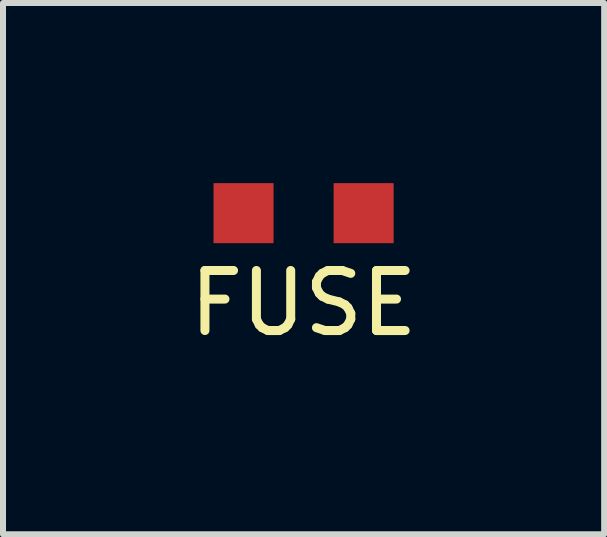
<source format=kicad_pcb>
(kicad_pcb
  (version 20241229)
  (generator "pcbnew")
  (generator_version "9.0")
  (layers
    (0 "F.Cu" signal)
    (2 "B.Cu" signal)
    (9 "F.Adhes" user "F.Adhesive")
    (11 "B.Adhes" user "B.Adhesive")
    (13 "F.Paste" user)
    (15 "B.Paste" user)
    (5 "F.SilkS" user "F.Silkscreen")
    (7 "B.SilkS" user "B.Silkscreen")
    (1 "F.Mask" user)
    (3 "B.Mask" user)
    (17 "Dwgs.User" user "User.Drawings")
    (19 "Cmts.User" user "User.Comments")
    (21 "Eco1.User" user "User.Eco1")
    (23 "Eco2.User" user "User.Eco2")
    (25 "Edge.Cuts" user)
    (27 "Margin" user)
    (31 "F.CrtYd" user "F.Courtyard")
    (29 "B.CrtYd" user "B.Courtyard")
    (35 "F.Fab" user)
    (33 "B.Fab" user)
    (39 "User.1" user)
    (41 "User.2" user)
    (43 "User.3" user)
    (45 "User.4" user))
  (footprint "FUSE"
    (layer "F.Cu")
    (at 2.006 0.5)
    (property "Reference" "FUSE" (at 0 1.5 0) (layer "F.SilkS") (effects (font (size 1 1) (thickness 0.15))))
    (attr through_hole)
    (pad "1" smd rect (at -1 0) (size 1 1) (layers "F.Cu" "F.Mask" "F.Paste"))
    (pad "2" smd rect (at 1 0) (size 1 1) (layers "F.Cu" "F.Mask" "F.Paste")))
  (gr_rect
    (start -3 -3)
    (end 7.012 5.848)
    (stroke (width 0.1) (type default))
    (fill no)
    (layer "Edge.Cuts")))
</source>
